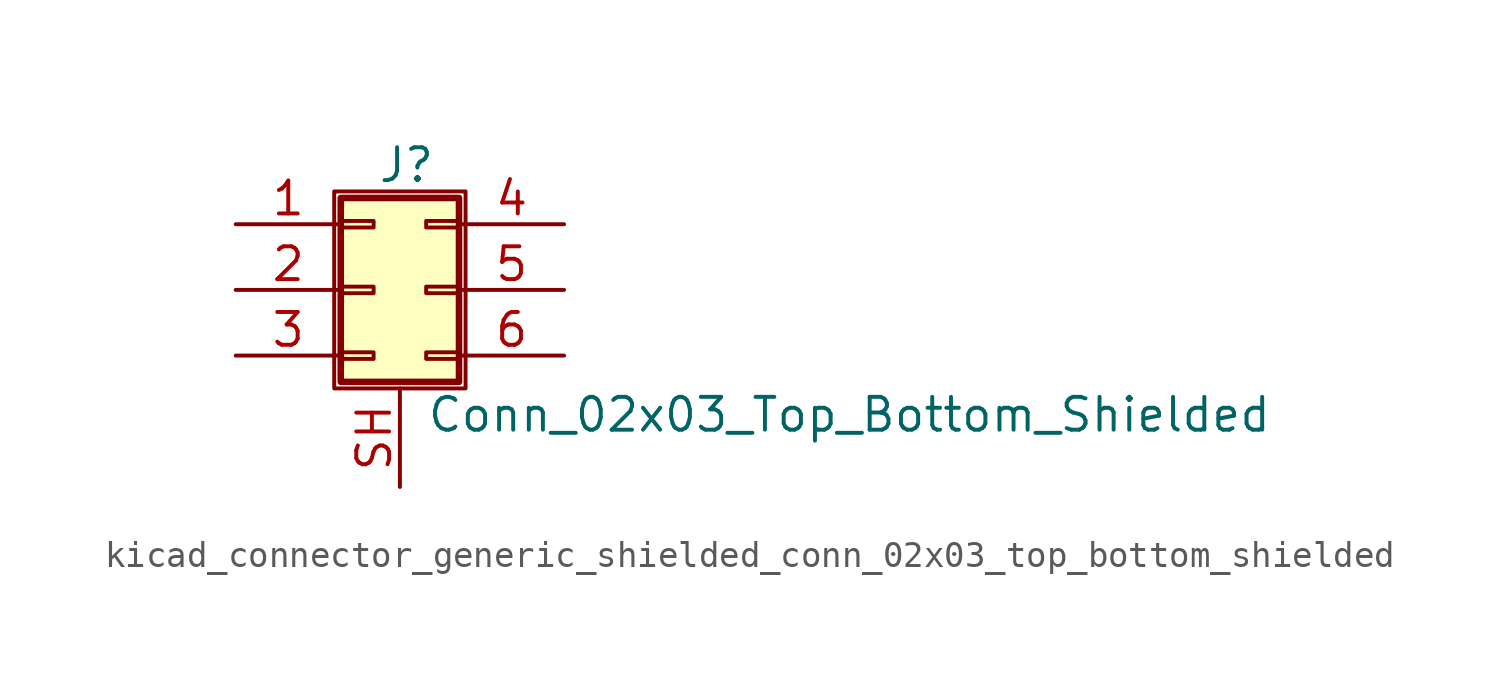
<source format=kicad_sym>
(kicad_symbol_lib
  (version 20220914)
  (generator kicad_symbol_editor)
  (symbol "kicad_connector_generic_shielded_conn_02x03_top_bottom_shielded"
    (pin_names
      (offset 1.016) hide)
    (property "Reference" "J"
      (at 1.524 4.826 0)
      (effects (font (size 1.27 1.27))))
    (property "Value" "Conn_02x03_Top_Bottom_Shielded"
      (at 2.286 -4.826 0)
      (effects (font (size 1.27 1.27)) (justify left)))
    (symbol "kicad_connector_generic_shielded_conn_02x03_top_bottom_shielded_1_1"
      (rectangle (start -1.27 3.81) (end 3.81 -3.81) (stroke (width 0.152) (type default)) (fill (type none)))
      (rectangle (start -1.016 -2.413) (end 0.254 -2.667) (stroke (width 0.152) (type default)) (fill (type none)))
      (rectangle (start -1.016 0.127) (end 0.254 -0.127) (stroke (width 0.152) (type default)) (fill (type none)))
      (rectangle (start -1.016 2.667) (end 0.254 2.413) (stroke (width 0.152) (type default)) (fill (type none)))
      (rectangle (start -1.016 3.556) (end 3.556 -3.556) (stroke (width 0.254) (type default)) (fill (type background)))
      (rectangle (start 3.556 -2.413) (end 2.286 -2.667) (stroke (width 0.152) (type default)) (fill (type none)))
      (rectangle (start 3.556 0.127) (end 2.286 -0.127) (stroke (width 0.152) (type default)) (fill (type none)))
      (rectangle (start 3.556 2.667) (end 2.286 2.413) (stroke (width 0.152) (type default)) (fill (type none)))
      (pin passive line (at -5.08 2.54 0) (length 4.064) (name "Pin_1" (effects (font (size 1.27 1.27)))) (number "1" (effects (font (size 1.27 1.27)))))
      (pin passive line (at -5.08 0 0) (length 4.064) (name "Pin_2" (effects (font (size 1.27 1.27)))) (number "2" (effects (font (size 1.27 1.27)))))
      (pin passive line (at -5.08 -2.54 0) (length 4.064) (name "Pin_3" (effects (font (size 1.27 1.27)))) (number "3" (effects (font (size 1.27 1.27)))))
      (pin passive line (at 7.62 2.54 180) (length 4.064) (name "Pin_4" (effects (font (size 1.27 1.27)))) (number "4" (effects (font (size 1.27 1.27)))))
      (pin passive line (at 7.62 0 180) (length 4.064) (name "Pin_5" (effects (font (size 1.27 1.27)))) (number "5" (effects (font (size 1.27 1.27)))))
      (pin passive line (at 7.62 -2.54 180) (length 4.064) (name "Pin_6" (effects (font (size 1.27 1.27)))) (number "6" (effects (font (size 1.27 1.27)))))
      (pin passive line (at 1.27 -7.62 90) (length 3.81) (name "Shield" (effects (font (size 1.27 1.27)))) (number "SH" (effects (font (size 1.27 1.27))))))))
</source>
